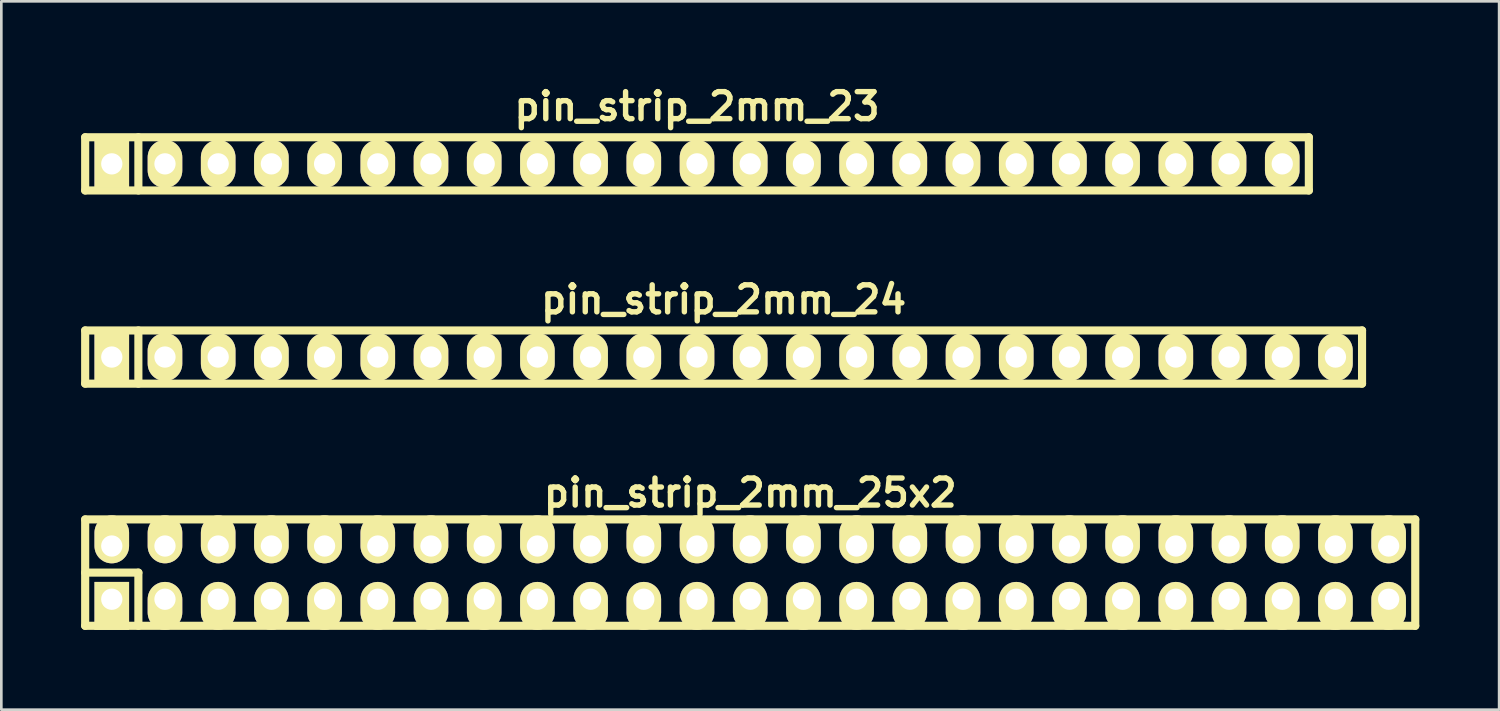
<source format=kicad_pcb>
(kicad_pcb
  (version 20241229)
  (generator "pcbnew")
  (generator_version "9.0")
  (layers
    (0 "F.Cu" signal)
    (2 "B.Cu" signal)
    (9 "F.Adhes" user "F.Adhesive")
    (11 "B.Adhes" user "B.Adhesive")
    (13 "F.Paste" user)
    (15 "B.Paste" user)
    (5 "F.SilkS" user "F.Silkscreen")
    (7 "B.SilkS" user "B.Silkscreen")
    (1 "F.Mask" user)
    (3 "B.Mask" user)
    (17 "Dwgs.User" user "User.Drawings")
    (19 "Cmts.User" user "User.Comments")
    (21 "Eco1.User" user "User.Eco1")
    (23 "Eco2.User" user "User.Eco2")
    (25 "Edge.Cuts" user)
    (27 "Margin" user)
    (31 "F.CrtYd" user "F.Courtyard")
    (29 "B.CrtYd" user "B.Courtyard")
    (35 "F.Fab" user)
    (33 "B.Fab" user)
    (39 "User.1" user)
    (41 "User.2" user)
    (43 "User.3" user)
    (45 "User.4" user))
  (footprint "pin_strip_2mm_24"
    (layer "F.Cu")
    (at 24.152 10.372)
    (property "Reference" "pin_strip_2mm_24" (at 0 -2.159 0) (layer "F.SilkS") (effects (font (size 1.016 1.016) (thickness 0.203))))
    (attr through_hole)
    (fp_line (start -24 -1) (end 24 -1) (stroke (width 0.305) (type solid)) (layer "F.SilkS"))
    (fp_line (start -24 1) (end -24 -1) (stroke (width 0.305) (type solid)) (layer "F.SilkS"))
    (fp_line (start -22 -1) (end -22 1) (stroke (width 0.305) (type solid)) (layer "F.SilkS"))
    (fp_line (start 24 -1) (end 24 1) (stroke (width 0.305) (type solid)) (layer "F.SilkS"))
    (fp_line (start 24 1) (end -24 1) (stroke (width 0.305) (type solid)) (layer "F.SilkS"))
    (pad "1" thru_hole rect (at -23 0) (size 1.3 1.8) (drill 0.8) (layers "*.Cu" "*.Mask" "F.SilkS"))
    (pad "2" thru_hole oval (at -21 0) (size 1.3 1.8) (drill 0.8) (layers "*.Cu" "*.Mask" "F.SilkS"))
    (pad "3" thru_hole oval (at -19 0) (size 1.3 1.8) (drill 0.8) (layers "*.Cu" "*.Mask" "F.SilkS"))
    (pad "4" thru_hole oval (at -17 0) (size 1.3 1.8) (drill 0.8) (layers "*.Cu" "*.Mask" "F.SilkS"))
    (pad "5" thru_hole oval (at -15 0) (size 1.3 1.8) (drill 0.8) (layers "*.Cu" "*.Mask" "F.SilkS"))
    (pad "6" thru_hole oval (at -13 0) (size 1.3 1.8) (drill 0.8) (layers "*.Cu" "*.Mask" "F.SilkS"))
    (pad "7" thru_hole oval (at -11 0) (size 1.3 1.8) (drill 0.8) (layers "*.Cu" "*.Mask" "F.SilkS"))
    (pad "8" thru_hole oval (at -9 0) (size 1.3 1.8) (drill 0.8) (layers "*.Cu" "*.Mask" "F.SilkS"))
    (pad "9" thru_hole oval (at -7 0) (size 1.3 1.8) (drill 0.8) (layers "*.Cu" "*.Mask" "F.SilkS"))
    (pad "10" thru_hole oval (at -5 0) (size 1.3 1.8) (drill 0.8) (layers "*.Cu" "*.Mask" "F.SilkS"))
    (pad "11" thru_hole oval (at -3 0) (size 1.3 1.8) (drill 0.8) (layers "*.Cu" "*.Mask" "F.SilkS"))
    (pad "12" thru_hole oval (at -1 0) (size 1.3 1.8) (drill 0.8) (layers "*.Cu" "*.Mask" "F.SilkS"))
    (pad "13" thru_hole oval (at 1 0) (size 1.3 1.8) (drill 0.8) (layers "*.Cu" "*.Mask" "F.SilkS"))
    (pad "14" thru_hole oval (at 3 0) (size 1.3 1.8) (drill 0.8) (layers "*.Cu" "*.Mask" "F.SilkS"))
    (pad "15" thru_hole oval (at 5 0) (size 1.3 1.8) (drill 0.8) (layers "*.Cu" "*.Mask" "F.SilkS"))
    (pad "16" thru_hole oval (at 7 0) (size 1.3 1.8) (drill 0.8) (layers "*.Cu" "*.Mask" "F.SilkS"))
    (pad "17" thru_hole oval (at 9 0) (size 1.3 1.8) (drill 0.8) (layers "*.Cu" "*.Mask" "F.SilkS"))
    (pad "18" thru_hole oval (at 11 0) (size 1.3 1.8) (drill 0.8) (layers "*.Cu" "*.Mask" "F.SilkS"))
    (pad "19" thru_hole oval (at 13 0) (size 1.3 1.8) (drill 0.8) (layers "*.Cu" "*.Mask" "F.SilkS"))
    (pad "20" thru_hole oval (at 15 0) (size 1.3 1.8) (drill 0.8) (layers "*.Cu" "*.Mask" "F.SilkS"))
    (pad "21" thru_hole oval (at 17 0) (size 1.3 1.8) (drill 0.8) (layers "*.Cu" "*.Mask" "F.SilkS"))
    (pad "22" thru_hole oval (at 19 0) (size 1.3 1.8) (drill 0.8) (layers "*.Cu" "*.Mask" "F.SilkS"))
    (pad "23" thru_hole oval (at 21 0) (size 1.3 1.8) (drill 0.8) (layers "*.Cu" "*.Mask" "F.SilkS"))
    (pad "24" thru_hole oval (at 23 0) (size 1.3 1.8) (drill 0.8) (layers "*.Cu" "*.Mask" "F.SilkS")))
  (footprint "pin_strip_2mm_23"
    (layer "F.Cu")
    (at 23.152 3.11)
    (property "Reference" "pin_strip_2mm_23" (at 0 -2.159 0) (layer "F.SilkS") (effects (font (size 1.016 1.016) (thickness 0.203))))
    (attr through_hole)
    (fp_line (start -23 -1) (end 23 -1) (stroke (width 0.305) (type solid)) (layer "F.SilkS"))
    (fp_line (start -23 1) (end -23 -1) (stroke (width 0.305) (type solid)) (layer "F.SilkS"))
    (fp_line (start -21 -1) (end -21 1) (stroke (width 0.305) (type solid)) (layer "F.SilkS"))
    (fp_line (start 23 -1) (end 23 1) (stroke (width 0.305) (type solid)) (layer "F.SilkS"))
    (fp_line (start 23 1) (end -23 1) (stroke (width 0.305) (type solid)) (layer "F.SilkS"))
    (pad "1" thru_hole rect (at -22 0) (size 1.3 1.8) (drill 0.8) (layers "*.Cu" "*.Mask" "F.SilkS"))
    (pad "2" thru_hole oval (at -20 0) (size 1.3 1.8) (drill 0.8) (layers "*.Cu" "*.Mask" "F.SilkS"))
    (pad "3" thru_hole oval (at -18 0) (size 1.3 1.8) (drill 0.8) (layers "*.Cu" "*.Mask" "F.SilkS"))
    (pad "4" thru_hole oval (at -16 0) (size 1.3 1.8) (drill 0.8) (layers "*.Cu" "*.Mask" "F.SilkS"))
    (pad "5" thru_hole oval (at -14 0) (size 1.3 1.8) (drill 0.8) (layers "*.Cu" "*.Mask" "F.SilkS"))
    (pad "6" thru_hole oval (at -12 0) (size 1.3 1.8) (drill 0.8) (layers "*.Cu" "*.Mask" "F.SilkS"))
    (pad "7" thru_hole oval (at -10 0) (size 1.3 1.8) (drill 0.8) (layers "*.Cu" "*.Mask" "F.SilkS"))
    (pad "8" thru_hole oval (at -8 0) (size 1.3 1.8) (drill 0.8) (layers "*.Cu" "*.Mask" "F.SilkS"))
    (pad "9" thru_hole oval (at -6 0) (size 1.3 1.8) (drill 0.8) (layers "*.Cu" "*.Mask" "F.SilkS"))
    (pad "10" thru_hole oval (at -4 0) (size 1.3 1.8) (drill 0.8) (layers "*.Cu" "*.Mask" "F.SilkS"))
    (pad "11" thru_hole oval (at -2 0) (size 1.3 1.8) (drill 0.8) (layers "*.Cu" "*.Mask" "F.SilkS"))
    (pad "12" thru_hole oval (at 0 0) (size 1.3 1.8) (drill 0.8) (layers "*.Cu" "*.Mask" "F.SilkS"))
    (pad "13" thru_hole oval (at 2 0) (size 1.3 1.8) (drill 0.8) (layers "*.Cu" "*.Mask" "F.SilkS"))
    (pad "14" thru_hole oval (at 4 0) (size 1.3 1.8) (drill 0.8) (layers "*.Cu" "*.Mask" "F.SilkS"))
    (pad "15" thru_hole oval (at 6 0) (size 1.3 1.8) (drill 0.8) (layers "*.Cu" "*.Mask" "F.SilkS"))
    (pad "16" thru_hole oval (at 8 0) (size 1.3 1.8) (drill 0.8) (layers "*.Cu" "*.Mask" "F.SilkS"))
    (pad "17" thru_hole oval (at 10 0) (size 1.3 1.8) (drill 0.8) (layers "*.Cu" "*.Mask" "F.SilkS"))
    (pad "18" thru_hole oval (at 12 0) (size 1.3 1.8) (drill 0.8) (layers "*.Cu" "*.Mask" "F.SilkS"))
    (pad "19" thru_hole oval (at 14 0) (size 1.3 1.8) (drill 0.8) (layers "*.Cu" "*.Mask" "F.SilkS"))
    (pad "20" thru_hole oval (at 16 0) (size 1.3 1.8) (drill 0.8) (layers "*.Cu" "*.Mask" "F.SilkS"))
    (pad "21" thru_hole oval (at 18 0) (size 1.3 1.8) (drill 0.8) (layers "*.Cu" "*.Mask" "F.SilkS"))
    (pad "22" thru_hole oval (at 20 0) (size 1.3 1.8) (drill 0.8) (layers "*.Cu" "*.Mask" "F.SilkS"))
    (pad "23" thru_hole oval (at 22 0) (size 1.3 1.8) (drill 0.8) (layers "*.Cu" "*.Mask" "F.SilkS")))
  (footprint "pin_strip_2mm_25x2"
    (layer "F.Cu")
    (at 25.152 18.476)
    (property "Reference" "pin_strip_2mm_25x2" (at 0 -3 0) (layer "F.SilkS") (effects (font (size 1.016 1.016) (thickness 0.203))))
    (attr through_hole)
    (fp_line (start -25 -2) (end 25 -2) (stroke (width 0.305) (type solid)) (layer "F.SilkS"))
    (fp_line (start -25 0) (end -23 0) (stroke (width 0.305) (type solid)) (layer "F.SilkS"))
    (fp_line (start -25 2) (end -25 -2) (stroke (width 0.305) (type solid)) (layer "F.SilkS"))
    (fp_line (start -23 0) (end -23 2) (stroke (width 0.305) (type solid)) (layer "F.SilkS"))
    (fp_line (start 25 -2) (end 25 2) (stroke (width 0.305) (type solid)) (layer "F.SilkS"))
    (fp_line (start 25 2) (end -25 2) (stroke (width 0.305) (type solid)) (layer "F.SilkS"))
    (pad "1" thru_hole rect (at -24 1) (size 1.3 1.8) (drill 0.8 (offset 0 0.25)) (layers "*.Cu" "*.Mask" "F.SilkS"))
    (pad "2" thru_hole oval (at -24 -1) (size 1.3 1.8) (drill 0.8 (offset 0 -0.25)) (layers "*.Cu" "*.Mask" "F.SilkS"))
    (pad "3" thru_hole oval (at -22 1) (size 1.3 1.8) (drill 0.8 (offset 0 0.25)) (layers "*.Cu" "*.Mask" "F.SilkS"))
    (pad "4" thru_hole oval (at -22 -1) (size 1.3 1.8) (drill 0.8 (offset 0 -0.25)) (layers "*.Cu" "*.Mask" "F.SilkS"))
    (pad "5" thru_hole oval (at -20 1) (size 1.3 1.8) (drill 0.8 (offset 0 0.25)) (layers "*.Cu" "*.Mask" "F.SilkS"))
    (pad "6" thru_hole oval (at -20 -1) (size 1.3 1.8) (drill 0.8 (offset 0 -0.25)) (layers "*.Cu" "*.Mask" "F.SilkS"))
    (pad "7" thru_hole oval (at -18 1) (size 1.3 1.8) (drill 0.8 (offset 0 0.25)) (layers "*.Cu" "*.Mask" "F.SilkS"))
    (pad "8" thru_hole oval (at -18 -1) (size 1.3 1.8) (drill 0.8 (offset 0 -0.25)) (layers "*.Cu" "*.Mask" "F.SilkS"))
    (pad "9" thru_hole oval (at -16 1) (size 1.3 1.8) (drill 0.8 (offset 0 0.25)) (layers "*.Cu" "*.Mask" "F.SilkS"))
    (pad "10" thru_hole oval (at -16 -1) (size 1.3 1.8) (drill 0.8 (offset 0 -0.25)) (layers "*.Cu" "*.Mask" "F.SilkS"))
    (pad "11" thru_hole oval (at -14 1) (size 1.3 1.8) (drill 0.8 (offset 0 0.25)) (layers "*.Cu" "*.Mask" "F.SilkS"))
    (pad "12" thru_hole oval (at -14 -1) (size 1.3 1.8) (drill 0.8 (offset 0 -0.25)) (layers "*.Cu" "*.Mask" "F.SilkS"))
    (pad "13" thru_hole oval (at -12 1) (size 1.3 1.8) (drill 0.8 (offset 0 0.25)) (layers "*.Cu" "*.Mask" "F.SilkS"))
    (pad "14" thru_hole oval (at -12 -1) (size 1.3 1.8) (drill 0.8 (offset 0 -0.25)) (layers "*.Cu" "*.Mask" "F.SilkS"))
    (pad "15" thru_hole oval (at -10 1) (size 1.3 1.8) (drill 0.8 (offset 0 0.25)) (layers "*.Cu" "*.Mask" "F.SilkS"))
    (pad "16" thru_hole oval (at -10 -1) (size 1.3 1.8) (drill 0.8 (offset 0 -0.25)) (layers "*.Cu" "*.Mask" "F.SilkS"))
    (pad "17" thru_hole oval (at -8 1) (size 1.3 1.8) (drill 0.8 (offset 0 0.25)) (layers "*.Cu" "*.Mask" "F.SilkS"))
    (pad "18" thru_hole oval (at -8 -1) (size 1.3 1.8) (drill 0.8 (offset 0 -0.25)) (layers "*.Cu" "*.Mask" "F.SilkS"))
    (pad "19" thru_hole oval (at -6 1) (size 1.3 1.8) (drill 0.8 (offset 0 0.25)) (layers "*.Cu" "*.Mask" "F.SilkS"))
    (pad "20" thru_hole oval (at -6 -1) (size 1.3 1.8) (drill 0.8 (offset 0 -0.25)) (layers "*.Cu" "*.Mask" "F.SilkS"))
    (pad "21" thru_hole oval (at -4 1) (size 1.3 1.8) (drill 0.8 (offset 0 0.25)) (layers "*.Cu" "*.Mask" "F.SilkS"))
    (pad "22" thru_hole oval (at -4 -1) (size 1.3 1.8) (drill 0.8 (offset 0 -0.25)) (layers "*.Cu" "*.Mask" "F.SilkS"))
    (pad "23" thru_hole oval (at -2 1) (size 1.3 1.8) (drill 0.8 (offset 0 0.25)) (layers "*.Cu" "*.Mask" "F.SilkS"))
    (pad "24" thru_hole oval (at -2 -1) (size 1.3 1.8) (drill 0.8 (offset 0 -0.25)) (layers "*.Cu" "*.Mask" "F.SilkS"))
    (pad "25" thru_hole oval (at 0 1) (size 1.3 1.8) (drill 0.8 (offset 0 0.25)) (layers "*.Cu" "*.Mask" "F.SilkS"))
    (pad "26" thru_hole oval (at 0 -1) (size 1.3 1.8) (drill 0.8 (offset 0 -0.25)) (layers "*.Cu" "*.Mask" "F.SilkS"))
    (pad "27" thru_hole oval (at 2 1) (size 1.3 1.8) (drill 0.8 (offset 0 0.25)) (layers "*.Cu" "*.Mask" "F.SilkS"))
    (pad "28" thru_hole oval (at 2 -1) (size 1.3 1.8) (drill 0.8 (offset 0 -0.25)) (layers "*.Cu" "*.Mask" "F.SilkS"))
    (pad "29" thru_hole oval (at 4 1) (size 1.3 1.8) (drill 0.8 (offset 0 0.25)) (layers "*.Cu" "*.Mask" "F.SilkS"))
    (pad "30" thru_hole oval (at 4 -1) (size 1.3 1.8) (drill 0.8 (offset 0 -0.25)) (layers "*.Cu" "*.Mask" "F.SilkS"))
    (pad "31" thru_hole oval (at 6 1) (size 1.3 1.8) (drill 0.8 (offset 0 0.25)) (layers "*.Cu" "*.Mask" "F.SilkS"))
    (pad "32" thru_hole oval (at 6 -1) (size 1.3 1.8) (drill 0.8 (offset 0 -0.25)) (layers "*.Cu" "*.Mask" "F.SilkS"))
    (pad "33" thru_hole oval (at 8 1) (size 1.3 1.8) (drill 0.8 (offset 0 0.25)) (layers "*.Cu" "*.Mask" "F.SilkS"))
    (pad "34" thru_hole oval (at 8 -1) (size 1.3 1.8) (drill 0.8 (offset 0 -0.25)) (layers "*.Cu" "*.Mask" "F.SilkS"))
    (pad "35" thru_hole oval (at 10 1) (size 1.3 1.8) (drill 0.8 (offset 0 0.25)) (layers "*.Cu" "*.Mask" "F.SilkS"))
    (pad "36" thru_hole oval (at 10 -1) (size 1.3 1.8) (drill 0.8 (offset 0 -0.25)) (layers "*.Cu" "*.Mask" "F.SilkS"))
    (pad "37" thru_hole oval (at 12 1) (size 1.3 1.8) (drill 0.8 (offset 0 0.25)) (layers "*.Cu" "*.Mask" "F.SilkS"))
    (pad "38" thru_hole oval (at 12 -1) (size 1.3 1.8) (drill 0.8 (offset 0 -0.25)) (layers "*.Cu" "*.Mask" "F.SilkS"))
    (pad "39" thru_hole oval (at 14 1) (size 1.3 1.8) (drill 0.8 (offset 0 0.25)) (layers "*.Cu" "*.Mask" "F.SilkS"))
    (pad "40" thru_hole oval (at 14 -1) (size 1.3 1.8) (drill 0.8 (offset 0 -0.25)) (layers "*.Cu" "*.Mask" "F.SilkS"))
    (pad "41" thru_hole oval (at 16 1) (size 1.3 1.8) (drill 0.8 (offset 0 0.25)) (layers "*.Cu" "*.Mask" "F.SilkS"))
    (pad "42" thru_hole oval (at 16 -1) (size 1.3 1.8) (drill 0.8 (offset 0 -0.25)) (layers "*.Cu" "*.Mask" "F.SilkS"))
    (pad "43" thru_hole oval (at 18 1) (size 1.3 1.8) (drill 0.8 (offset 0 0.25)) (layers "*.Cu" "*.Mask" "F.SilkS"))
    (pad "44" thru_hole oval (at 18 -1) (size 1.3 1.8) (drill 0.8 (offset 0 -0.25)) (layers "*.Cu" "*.Mask" "F.SilkS"))
    (pad "45" thru_hole oval (at 20 1) (size 1.3 1.8) (drill 0.8 (offset 0 0.25)) (layers "*.Cu" "*.Mask" "F.SilkS"))
    (pad "46" thru_hole oval (at 20 -1) (size 1.3 1.8) (drill 0.8 (offset 0 -0.25)) (layers "*.Cu" "*.Mask" "F.SilkS"))
    (pad "47" thru_hole oval (at 22 1) (size 1.3 1.8) (drill 0.8 (offset 0 0.25)) (layers "*.Cu" "*.Mask" "F.SilkS"))
    (pad "48" thru_hole oval (at 22 -1) (size 1.3 1.8) (drill 0.8 (offset 0 -0.25)) (layers "*.Cu" "*.Mask" "F.SilkS"))
    (pad "49" thru_hole oval (at 24 1) (size 1.3 1.8) (drill 0.8 (offset 0 0.25)) (layers "*.Cu" "*.Mask" "F.SilkS"))
    (pad "50" thru_hole oval (at 24 -1) (size 1.3 1.8) (drill 0.8 (offset 0 -0.25)) (layers "*.Cu" "*.Mask" "F.SilkS")))
  (gr_rect
    (start -3 -3)
    (end 53.305 23.628)
    (stroke (width 0.1) (type default))
    (fill no)
    (layer "Edge.Cuts")))
</source>
